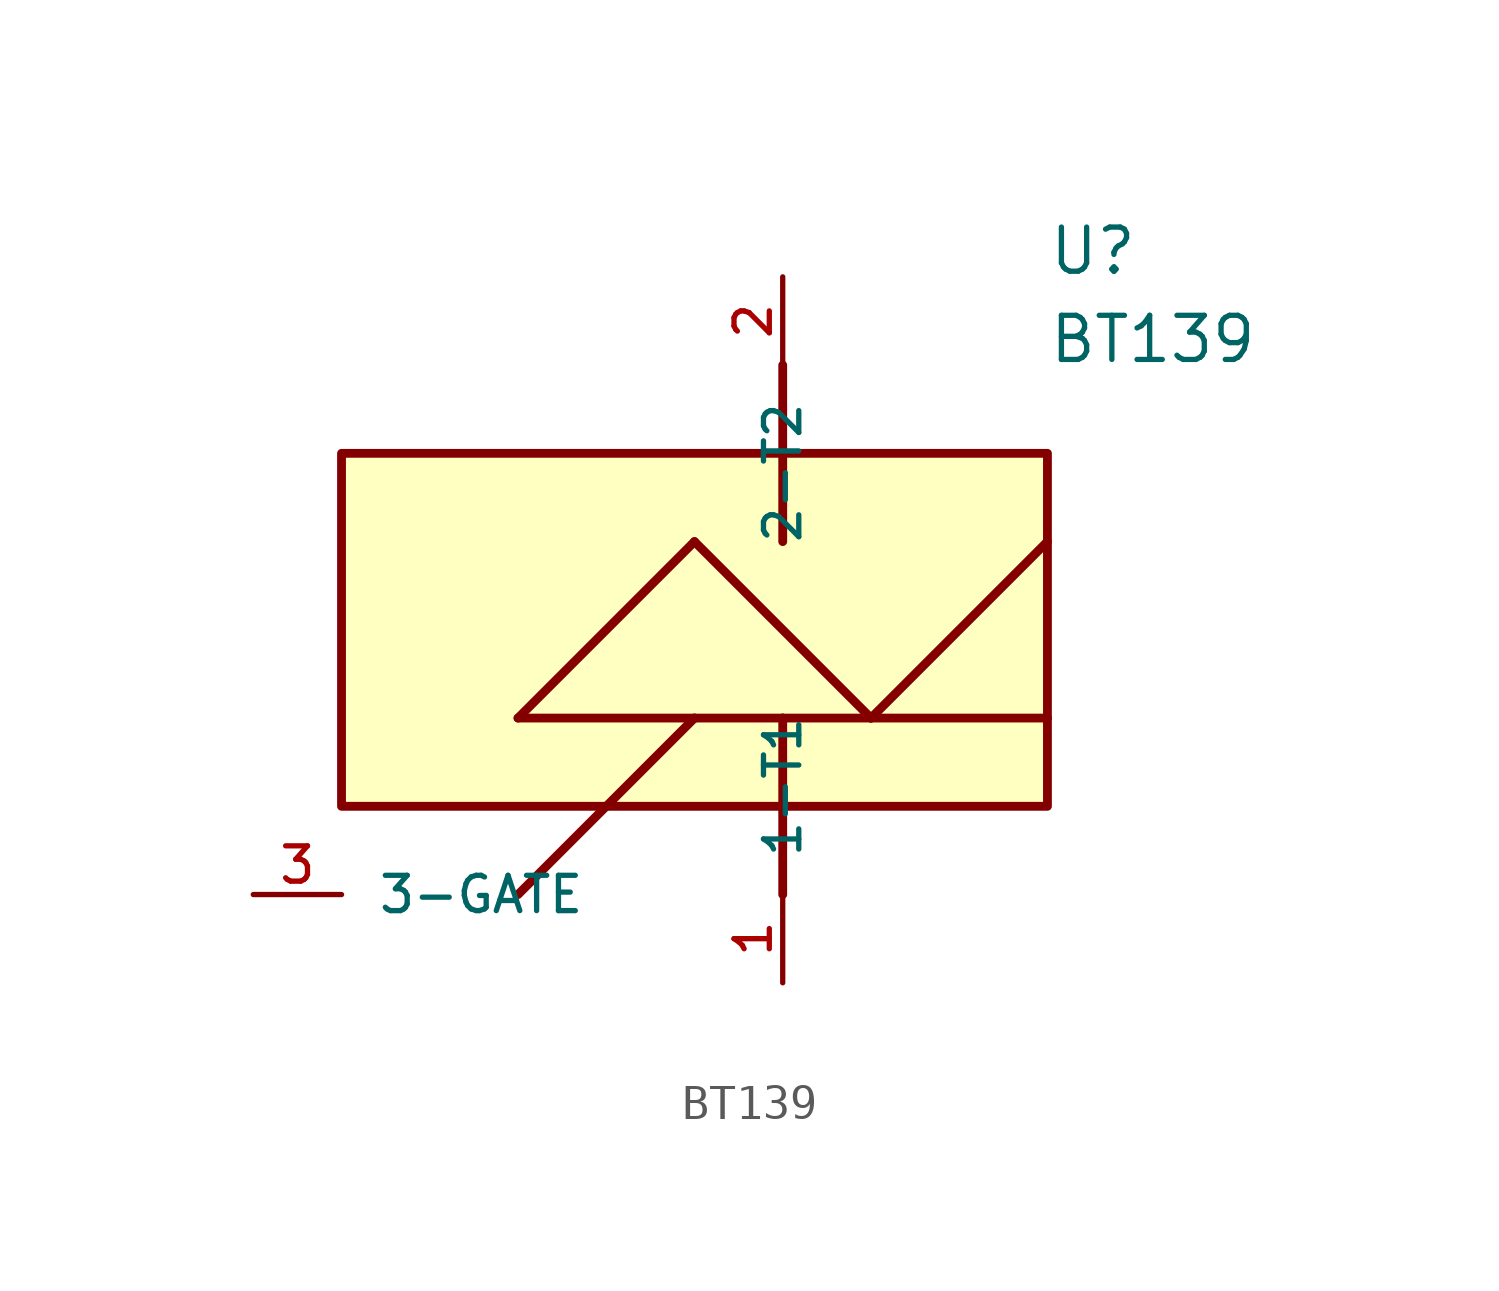
<source format=kicad_sym>
(kicad_symbol_lib
  (version 20211014)
  (generator kicad_symbol_editor)
  (symbol "BT139"
    (pin_names
      (offset 1.016))
    (property "Reference" "U"
      (at 7.62 10.16 0)
      (effects (font (size 1.27 1.27)) (justify bottom left)))
    (property "Value" "BT139"
      (at 7.62 7.62 0)
      (effects (font (size 1.27 1.27)) (justify bottom left)))
    (symbol "BT139_0_0"
      (polyline (pts (xy -7.62 -2.54) (xy -2.54 -2.54)) (stroke (width 0.254)))
      (polyline (pts (xy -2.54 -2.54) (xy 0.0 -2.54)) (stroke (width 0.254)))
      (polyline (pts (xy 0.0 -2.54) (xy 2.54 -2.54)) (stroke (width 0.254)))
      (polyline (pts (xy -7.62 -2.54) (xy -2.54 2.54)) (stroke (width 0.254)))
      (polyline (pts (xy 2.54 -2.54) (xy 7.62 2.54)) (stroke (width 0.254)))
      (polyline (pts (xy -2.54 2.54) (xy 2.54 -2.54)) (stroke (width 0.254)))
      (polyline (pts (xy 2.54 -2.54) (xy 7.62 -2.54)) (stroke (width 0.254)))
      (polyline (pts (xy -2.54 -2.54) (xy -7.62 -7.62)) (stroke (width 0.254)))
      (polyline (pts (xy 0.0 -2.54) (xy 0.0 -7.62)) (stroke (width 0.254)))
      (polyline (pts (xy 0.0 2.54) (xy 0.0 7.62)) (stroke (width 0.254)))
      (rectangle (start -12.7 -5.08) (end 7.62 5.08) (stroke (width 0.254)) (fill (type background)))
      (pin passive line (at 0.0 -10.16 90.0) (length 2.54) (name "1-T1" (effects (font (size 1.016 1.016)))) (number "1" (effects (font (size 1.016 1.016)))))
      (pin passive line (at 0.0 10.16 270.0) (length 2.54) (name "2-T2" (effects (font (size 1.016 1.016)))) (number "2" (effects (font (size 1.016 1.016)))))
      (pin input line (at -15.24 -7.62 0) (length 2.54) (name "3-GATE" (effects (font (size 1.016 1.016)))) (number "3" (effects (font (size 1.016 1.016))))))))
</source>
